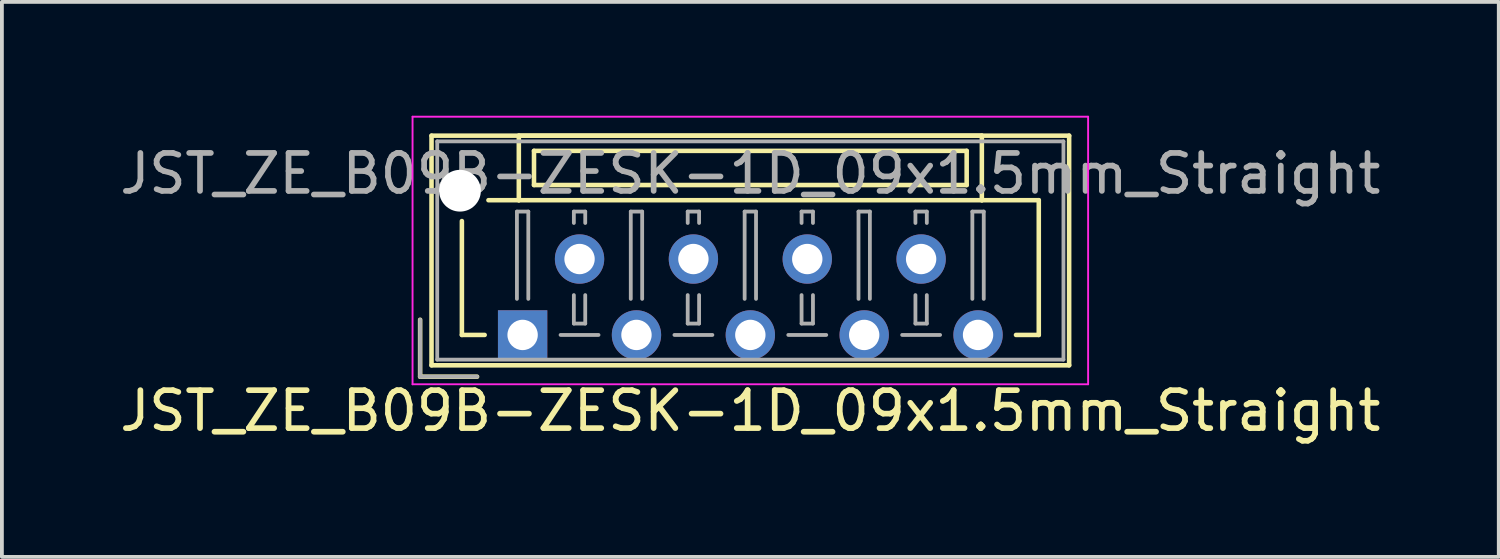
<source format=kicad_pcb>
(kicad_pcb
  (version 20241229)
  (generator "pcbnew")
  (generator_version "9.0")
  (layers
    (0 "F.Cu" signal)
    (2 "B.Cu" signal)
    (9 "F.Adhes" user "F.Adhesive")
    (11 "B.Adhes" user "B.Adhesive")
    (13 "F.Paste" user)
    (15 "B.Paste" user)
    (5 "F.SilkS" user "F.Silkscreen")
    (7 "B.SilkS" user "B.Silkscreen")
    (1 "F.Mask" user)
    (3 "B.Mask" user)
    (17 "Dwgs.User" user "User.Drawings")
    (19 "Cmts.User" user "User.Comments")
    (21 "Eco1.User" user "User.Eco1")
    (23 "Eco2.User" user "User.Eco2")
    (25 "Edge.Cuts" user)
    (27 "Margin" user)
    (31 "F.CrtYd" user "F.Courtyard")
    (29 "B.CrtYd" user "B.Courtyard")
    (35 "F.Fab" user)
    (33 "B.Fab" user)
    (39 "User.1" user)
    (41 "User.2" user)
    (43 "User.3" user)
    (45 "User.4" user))
  (footprint "JST_ZE_B09B-ZESK-1D_09x1.5mm_Straight"
    (layer "F.Cu")
    (at 10.72 5.775)
    (property "Reference" "JST_ZE_B09B-ZESK-1D_09x1.5mm_Straight" (at 6 2 0) (layer "F.SilkS") (effects (font (size 1 1) (thickness 0.15))))
    (attr through_hole)
    (fp_line (start -2.7 -0.4) (end -2.7 1.1) (stroke (width 0.12) (type solid)) (layer "F.SilkS"))
    (fp_line (start -2.7 1.1) (end -1.2 1.1) (stroke (width 0.12) (type solid)) (layer "F.SilkS"))
    (fp_line (start -2.4 -5.25) (end -2.4 0.8) (stroke (width 0.12) (type solid)) (layer "F.SilkS"))
    (fp_line (start -2.4 0.8) (end 14.4 0.8) (stroke (width 0.12) (type solid)) (layer "F.SilkS"))
    (fp_line (start -1.6 -3) (end -1.6 0) (stroke (width 0.12) (type solid)) (layer "F.SilkS"))
    (fp_line (start -1.6 0) (end -1 0) (stroke (width 0.12) (type solid)) (layer "F.SilkS"))
    (fp_line (start -0.1 -5.25) (end -0.1 -3.55) (stroke (width 0.12) (type solid)) (layer "F.SilkS"))
    (fp_line (start -0.1 -3.55) (end -0.9 -3.55) (stroke (width 0.12) (type solid)) (layer "F.SilkS"))
    (fp_line (start -0.1 -3.55) (end 12.1 -3.55) (stroke (width 0.12) (type solid)) (layer "F.SilkS"))
    (fp_line (start 0.3 -4.85) (end 0.3 -3.95) (stroke (width 0.12) (type solid)) (layer "F.SilkS"))
    (fp_line (start 0.3 -3.95) (end 11.7 -3.95) (stroke (width 0.12) (type solid)) (layer "F.SilkS"))
    (fp_line (start 11.7 -4.85) (end 0.3 -4.85) (stroke (width 0.12) (type solid)) (layer "F.SilkS"))
    (fp_line (start 11.7 -3.95) (end 11.7 -4.85) (stroke (width 0.12) (type solid)) (layer "F.SilkS"))
    (fp_line (start 12.1 -5.25) (end -0.1 -5.25) (stroke (width 0.12) (type solid)) (layer "F.SilkS"))
    (fp_line (start 12.1 -3.55) (end 12.1 -5.25) (stroke (width 0.12) (type solid)) (layer "F.SilkS"))
    (fp_line (start 12.1 -3.55) (end 13.6 -3.55) (stroke (width 0.12) (type solid)) (layer "F.SilkS"))
    (fp_line (start 13.6 -3.55) (end 13.6 0) (stroke (width 0.12) (type solid)) (layer "F.SilkS"))
    (fp_line (start 13.6 0) (end 13 0) (stroke (width 0.12) (type solid)) (layer "F.SilkS"))
    (fp_line (start 14.4 -5.25) (end -2.4 -5.25) (stroke (width 0.12) (type solid)) (layer "F.SilkS"))
    (fp_line (start 14.4 0.8) (end 14.4 -5.25) (stroke (width 0.12) (type solid)) (layer "F.SilkS"))
    (fp_line (start -2.9 -5.75) (end -2.9 1.3) (stroke (width 0.05) (type solid)) (layer "F.CrtYd"))
    (fp_line (start -2.9 1.3) (end 14.9 1.3) (stroke (width 0.05) (type solid)) (layer "F.CrtYd"))
    (fp_line (start 14.9 -5.75) (end -2.9 -5.75) (stroke (width 0.05) (type solid)) (layer "F.CrtYd"))
    (fp_line (start 14.9 1.3) (end 14.9 -5.75) (stroke (width 0.05) (type solid)) (layer "F.CrtYd"))
    (fp_line (start -2.7 -0.4) (end -2.7 1.1) (stroke (width 0.1) (type solid)) (layer "F.Fab"))
    (fp_line (start -2.7 1.1) (end -1.2 1.1) (stroke (width 0.1) (type solid)) (layer "F.Fab"))
    (fp_line (start -2.25 -5.1) (end -2.25 0.65) (stroke (width 0.1) (type solid)) (layer "F.Fab"))
    (fp_line (start -2.25 0.65) (end 14.25 0.65) (stroke (width 0.1) (type solid)) (layer "F.Fab"))
    (fp_line (start -0.15 -3.25) (end 0.15 -3.25) (stroke (width 0.1) (type solid)) (layer "F.Fab"))
    (fp_line (start -0.15 -0.95) (end -0.15 -3.25) (stroke (width 0.1) (type solid)) (layer "F.Fab"))
    (fp_line (start 0.15 -3.25) (end 0.15 -0.95) (stroke (width 0.1) (type solid)) (layer "F.Fab"))
    (fp_line (start 1 0) (end 2 0) (stroke (width 0.1) (type solid)) (layer "F.Fab"))
    (fp_line (start 1.35 -3.25) (end 1.65 -3.25) (stroke (width 0.1) (type solid)) (layer "F.Fab"))
    (fp_line (start 1.35 -2.95) (end 1.35 -3.25) (stroke (width 0.1) (type solid)) (layer "F.Fab"))
    (fp_line (start 1.35 -1.05) (end 1.35 -0.3) (stroke (width 0.1) (type solid)) (layer "F.Fab"))
    (fp_line (start 1.35 -0.3) (end 1.65 -0.3) (stroke (width 0.1) (type solid)) (layer "F.Fab"))
    (fp_line (start 1.65 -3.25) (end 1.65 -2.95) (stroke (width 0.1) (type solid)) (layer "F.Fab"))
    (fp_line (start 1.65 -0.3) (end 1.65 -1.05) (stroke (width 0.1) (type solid)) (layer "F.Fab"))
    (fp_line (start 2.85 -3.25) (end 3.15 -3.25) (stroke (width 0.1) (type solid)) (layer "F.Fab"))
    (fp_line (start 2.85 -0.95) (end 2.85 -3.25) (stroke (width 0.1) (type solid)) (layer "F.Fab"))
    (fp_line (start 3.15 -3.25) (end 3.15 -0.95) (stroke (width 0.1) (type solid)) (layer "F.Fab"))
    (fp_line (start 4 0) (end 5 0) (stroke (width 0.1) (type solid)) (layer "F.Fab"))
    (fp_line (start 4.35 -3.25) (end 4.65 -3.25) (stroke (width 0.1) (type solid)) (layer "F.Fab"))
    (fp_line (start 4.35 -2.95) (end 4.35 -3.25) (stroke (width 0.1) (type solid)) (layer "F.Fab"))
    (fp_line (start 4.35 -1.05) (end 4.35 -0.3) (stroke (width 0.1) (type solid)) (layer "F.Fab"))
    (fp_line (start 4.35 -0.3) (end 4.65 -0.3) (stroke (width 0.1) (type solid)) (layer "F.Fab"))
    (fp_line (start 4.65 -3.25) (end 4.65 -2.95) (stroke (width 0.1) (type solid)) (layer "F.Fab"))
    (fp_line (start 4.65 -0.3) (end 4.65 -1.05) (stroke (width 0.1) (type solid)) (layer "F.Fab"))
    (fp_line (start 5.85 -3.25) (end 6.15 -3.25) (stroke (width 0.1) (type solid)) (layer "F.Fab"))
    (fp_line (start 5.85 -0.95) (end 5.85 -3.25) (stroke (width 0.1) (type solid)) (layer "F.Fab"))
    (fp_line (start 6.15 -3.25) (end 6.15 -0.95) (stroke (width 0.1) (type solid)) (layer "F.Fab"))
    (fp_line (start 7 0) (end 8 0) (stroke (width 0.1) (type solid)) (layer "F.Fab"))
    (fp_line (start 7.35 -3.25) (end 7.65 -3.25) (stroke (width 0.1) (type solid)) (layer "F.Fab"))
    (fp_line (start 7.35 -2.95) (end 7.35 -3.25) (stroke (width 0.1) (type solid)) (layer "F.Fab"))
    (fp_line (start 7.35 -1.05) (end 7.35 -0.3) (stroke (width 0.1) (type solid)) (layer "F.Fab"))
    (fp_line (start 7.35 -0.3) (end 7.65 -0.3) (stroke (width 0.1) (type solid)) (layer "F.Fab"))
    (fp_line (start 7.65 -3.25) (end 7.65 -2.95) (stroke (width 0.1) (type solid)) (layer "F.Fab"))
    (fp_line (start 7.65 -0.3) (end 7.65 -1.05) (stroke (width 0.1) (type solid)) (layer "F.Fab"))
    (fp_line (start 8.85 -3.25) (end 9.15 -3.25) (stroke (width 0.1) (type solid)) (layer "F.Fab"))
    (fp_line (start 8.85 -0.95) (end 8.85 -3.25) (stroke (width 0.1) (type solid)) (layer "F.Fab"))
    (fp_line (start 9.15 -3.25) (end 9.15 -0.95) (stroke (width 0.1) (type solid)) (layer "F.Fab"))
    (fp_line (start 10 0) (end 11 0) (stroke (width 0.1) (type solid)) (layer "F.Fab"))
    (fp_line (start 10.35 -3.25) (end 10.65 -3.25) (stroke (width 0.1) (type solid)) (layer "F.Fab"))
    (fp_line (start 10.35 -2.95) (end 10.35 -3.25) (stroke (width 0.1) (type solid)) (layer "F.Fab"))
    (fp_line (start 10.35 -1.05) (end 10.35 -0.3) (stroke (width 0.1) (type solid)) (layer "F.Fab"))
    (fp_line (start 10.35 -0.3) (end 10.65 -0.3) (stroke (width 0.1) (type solid)) (layer "F.Fab"))
    (fp_line (start 10.65 -3.25) (end 10.65 -2.95) (stroke (width 0.1) (type solid)) (layer "F.Fab"))
    (fp_line (start 10.65 -0.3) (end 10.65 -1.05) (stroke (width 0.1) (type solid)) (layer "F.Fab"))
    (fp_line (start 11.85 -3.25) (end 12.15 -3.25) (stroke (width 0.1) (type solid)) (layer "F.Fab"))
    (fp_line (start 11.85 -0.95) (end 11.85 -3.25) (stroke (width 0.1) (type solid)) (layer "F.Fab"))
    (fp_line (start 12.15 -3.25) (end 12.15 -0.95) (stroke (width 0.1) (type solid)) (layer "F.Fab"))
    (fp_line (start 14.25 -5.1) (end -2.25 -5.1) (stroke (width 0.1) (type solid)) (layer "F.Fab"))
    (fp_line (start 14.25 0.65) (end 14.25 -5.1) (stroke (width 0.1) (type solid)) (layer "F.Fab"))
    (fp_text user "${REFERENCE}" (at 6 -4.25 0) (layer "F.Fab") (effects (font (size 1 1) (thickness 0.15))))
    (pad "" np_thru_hole circle (at -1.65 -3.8) (size 1.1 1.1) (drill 1.1) (layers "*.Cu"))
    (pad "1" thru_hole rect (at 0 0) (size 1.3 1.3) (drill 0.8) (layers "*.Cu" "*.Mask"))
    (pad "2" thru_hole circle (at 1.5 -2) (size 1.3 1.3) (drill 0.8) (layers "*.Cu" "*.Mask"))
    (pad "3" thru_hole circle (at 3 0) (size 1.3 1.3) (drill 0.8) (layers "*.Cu" "*.Mask"))
    (pad "4" thru_hole circle (at 4.5 -2) (size 1.3 1.3) (drill 0.8) (layers "*.Cu" "*.Mask"))
    (pad "5" thru_hole circle (at 6 0) (size 1.3 1.3) (drill 0.8) (layers "*.Cu" "*.Mask"))
    (pad "6" thru_hole circle (at 7.5 -2) (size 1.3 1.3) (drill 0.8) (layers "*.Cu" "*.Mask"))
    (pad "7" thru_hole circle (at 9 0) (size 1.3 1.3) (drill 0.8) (layers "*.Cu" "*.Mask"))
    (pad "8" thru_hole circle (at 10.5 -2) (size 1.3 1.3) (drill 0.8) (layers "*.Cu" "*.Mask"))
    (pad "9" thru_hole circle (at 12 0) (size 1.3 1.3) (drill 0.8) (layers "*.Cu" "*.Mask")))
  (gr_rect
    (start -3 -3)
    (end 36.44 11.623)
    (stroke (width 0.1) (type default))
    (fill no)
    (layer "Edge.Cuts")))
</source>
